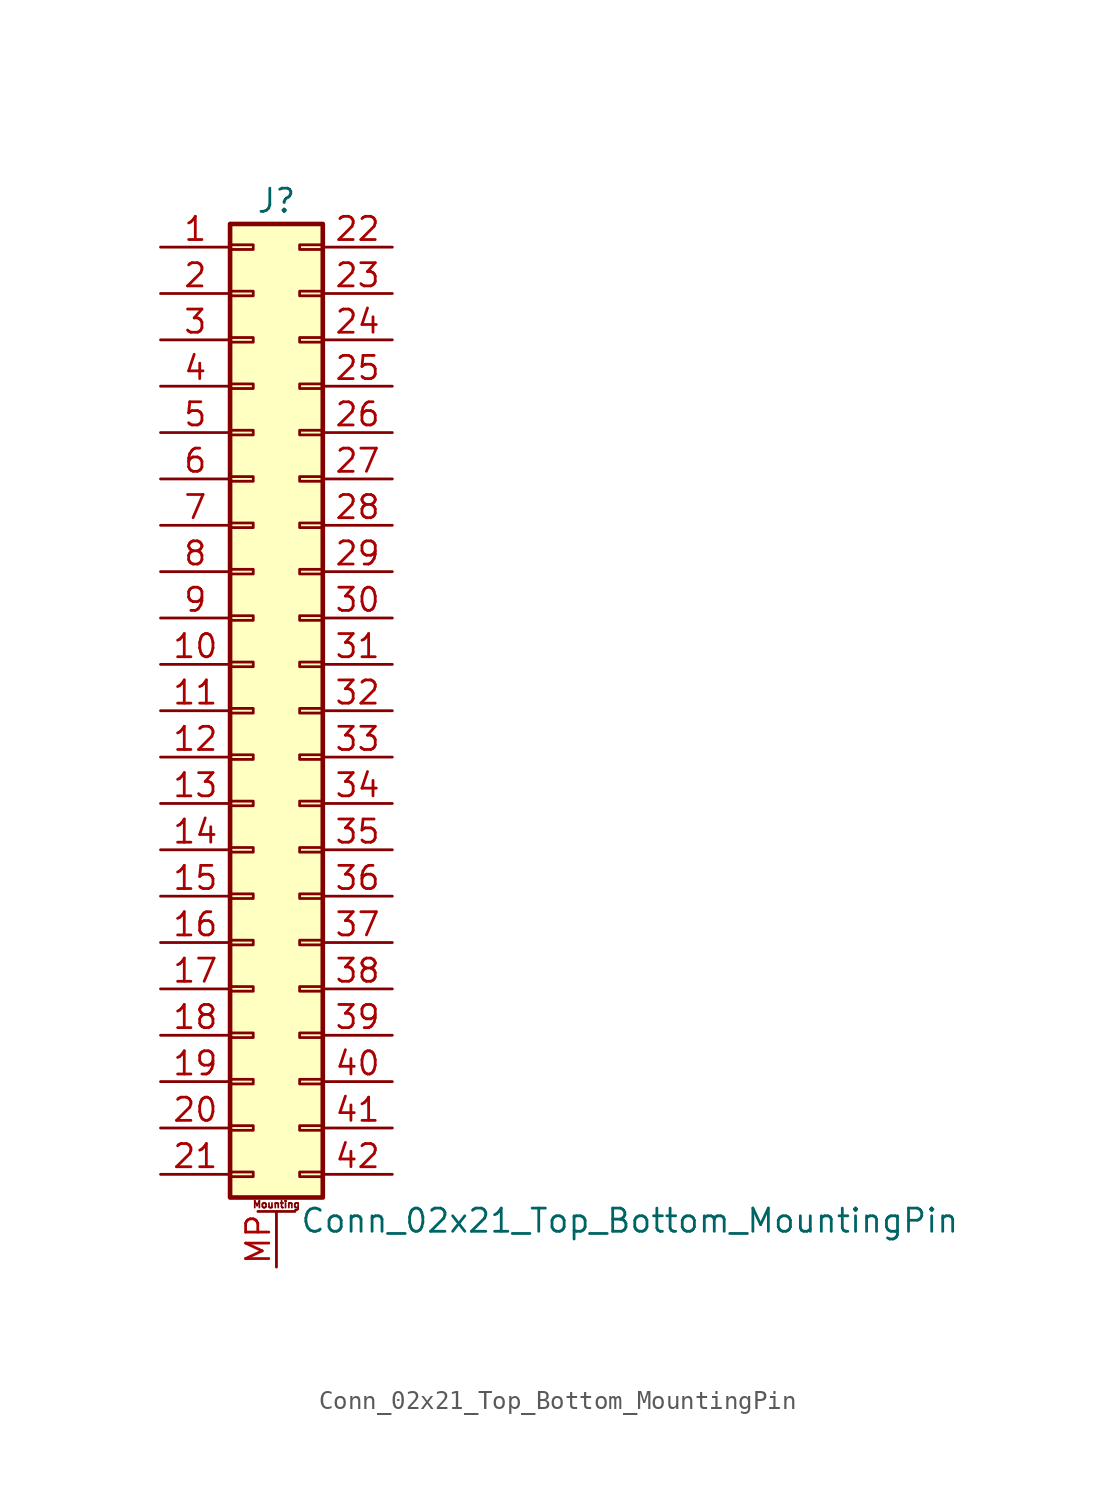
<source format=kicad_sym>
(kicad_symbol_lib
  (version 20201005)
  (generator kicad_symbol_editor)
  (symbol "Conn_02x21_Top_Bottom_MountingPin"
    (pin_names
      (offset 1.016) hide)
    (property "Reference" "J"
      (at 1.27 27.94 0)
      (effects (font (size 1.27 1.27))))
    (property "Value" "Conn_02x21_Top_Bottom_MountingPin"
      (at 2.54 -27.94 0)
      (effects (font (size 1.27 1.27)) (justify left)))
    (symbol "Conn_02x21_Top_Bottom_MountingPin_1_1"
      (text "Mounting" (at 1.27 -27.051 0) (effects (font (size 0.381 0.381))))
      (rectangle (start -1.27 -25.273) (end 0 -25.527) (stroke (width 0.152)) (fill (type none)))
      (rectangle (start -1.27 -22.733) (end 0 -22.987) (stroke (width 0.152)) (fill (type none)))
      (rectangle (start -1.27 -20.193) (end 0 -20.447) (stroke (width 0.152)) (fill (type none)))
      (rectangle (start -1.27 -17.653) (end 0 -17.907) (stroke (width 0.152)) (fill (type none)))
      (rectangle (start -1.27 -15.113) (end 0 -15.367) (stroke (width 0.152)) (fill (type none)))
      (rectangle (start -1.27 -12.573) (end 0 -12.827) (stroke (width 0.152)) (fill (type none)))
      (rectangle (start -1.27 -10.033) (end 0 -10.287) (stroke (width 0.152)) (fill (type none)))
      (rectangle (start -1.27 -7.493) (end 0 -7.747) (stroke (width 0.152)) (fill (type none)))
      (rectangle (start -1.27 -4.953) (end 0 -5.207) (stroke (width 0.152)) (fill (type none)))
      (rectangle (start -1.27 -2.413) (end 0 -2.667) (stroke (width 0.152)) (fill (type none)))
      (rectangle (start -1.27 0.127) (end 0 -0.127) (stroke (width 0.152)) (fill (type none)))
      (rectangle (start -1.27 2.667) (end 0 2.413) (stroke (width 0.152)) (fill (type none)))
      (rectangle (start -1.27 5.207) (end 0 4.953) (stroke (width 0.152)) (fill (type none)))
      (rectangle (start -1.27 7.747) (end 0 7.493) (stroke (width 0.152)) (fill (type none)))
      (rectangle (start -1.27 10.287) (end 0 10.033) (stroke (width 0.152)) (fill (type none)))
      (rectangle (start -1.27 12.827) (end 0 12.573) (stroke (width 0.152)) (fill (type none)))
      (rectangle (start -1.27 15.367) (end 0 15.113) (stroke (width 0.152)) (fill (type none)))
      (rectangle (start -1.27 17.907) (end 0 17.653) (stroke (width 0.152)) (fill (type none)))
      (rectangle (start -1.27 20.447) (end 0 20.193) (stroke (width 0.152)) (fill (type none)))
      (rectangle (start -1.27 22.987) (end 0 22.733) (stroke (width 0.152)) (fill (type none)))
      (rectangle (start -1.27 25.527) (end 0 25.273) (stroke (width 0.152)) (fill (type none)))
      (rectangle (start 3.81 -25.273) (end 2.54 -25.527) (stroke (width 0.152)) (fill (type none)))
      (rectangle (start 3.81 -22.733) (end 2.54 -22.987) (stroke (width 0.152)) (fill (type none)))
      (rectangle (start 3.81 -20.193) (end 2.54 -20.447) (stroke (width 0.152)) (fill (type none)))
      (rectangle (start 3.81 -17.653) (end 2.54 -17.907) (stroke (width 0.152)) (fill (type none)))
      (rectangle (start 3.81 -15.113) (end 2.54 -15.367) (stroke (width 0.152)) (fill (type none)))
      (rectangle (start 3.81 -12.573) (end 2.54 -12.827) (stroke (width 0.152)) (fill (type none)))
      (rectangle (start 3.81 -10.033) (end 2.54 -10.287) (stroke (width 0.152)) (fill (type none)))
      (rectangle (start 3.81 -7.493) (end 2.54 -7.747) (stroke (width 0.152)) (fill (type none)))
      (rectangle (start 3.81 -4.953) (end 2.54 -5.207) (stroke (width 0.152)) (fill (type none)))
      (rectangle (start 3.81 -2.413) (end 2.54 -2.667) (stroke (width 0.152)) (fill (type none)))
      (rectangle (start 3.81 0.127) (end 2.54 -0.127) (stroke (width 0.152)) (fill (type none)))
      (rectangle (start 3.81 2.667) (end 2.54 2.413) (stroke (width 0.152)) (fill (type none)))
      (rectangle (start 3.81 5.207) (end 2.54 4.953) (stroke (width 0.152)) (fill (type none)))
      (rectangle (start 3.81 7.747) (end 2.54 7.493) (stroke (width 0.152)) (fill (type none)))
      (rectangle (start 3.81 10.287) (end 2.54 10.033) (stroke (width 0.152)) (fill (type none)))
      (rectangle (start 3.81 12.827) (end 2.54 12.573) (stroke (width 0.152)) (fill (type none)))
      (rectangle (start 3.81 15.367) (end 2.54 15.113) (stroke (width 0.152)) (fill (type none)))
      (rectangle (start 3.81 17.907) (end 2.54 17.653) (stroke (width 0.152)) (fill (type none)))
      (rectangle (start 3.81 20.447) (end 2.54 20.193) (stroke (width 0.152)) (fill (type none)))
      (rectangle (start 3.81 22.987) (end 2.54 22.733) (stroke (width 0.152)) (fill (type none)))
      (rectangle (start 3.81 25.527) (end 2.54 25.273) (stroke (width 0.152)) (fill (type none)))
      (rectangle (start -1.27 26.67) (end 3.81 -26.67) (stroke (width 0.254)) (fill (type background)))
      (polyline (pts (xy 0.254 -27.432) (xy 2.286 -27.432)) (stroke (width 0.152)) (fill (type none)))
      (pin passive line (at -5.08 25.4 0) (length 3.81) (name "Pin_1" (effects (font (size 1.27 1.27)))) (number "1" (effects (font (size 1.27 1.27)))))
      (pin passive line (at -5.08 2.54 0) (length 3.81) (name "Pin_10" (effects (font (size 1.27 1.27)))) (number "10" (effects (font (size 1.27 1.27)))))
      (pin passive line (at -5.08 0 0) (length 3.81) (name "Pin_11" (effects (font (size 1.27 1.27)))) (number "11" (effects (font (size 1.27 1.27)))))
      (pin passive line (at -5.08 -2.54 0) (length 3.81) (name "Pin_12" (effects (font (size 1.27 1.27)))) (number "12" (effects (font (size 1.27 1.27)))))
      (pin passive line (at -5.08 -5.08 0) (length 3.81) (name "Pin_13" (effects (font (size 1.27 1.27)))) (number "13" (effects (font (size 1.27 1.27)))))
      (pin passive line (at -5.08 -7.62 0) (length 3.81) (name "Pin_14" (effects (font (size 1.27 1.27)))) (number "14" (effects (font (size 1.27 1.27)))))
      (pin passive line (at -5.08 -10.16 0) (length 3.81) (name "Pin_15" (effects (font (size 1.27 1.27)))) (number "15" (effects (font (size 1.27 1.27)))))
      (pin passive line (at -5.08 -12.7 0) (length 3.81) (name "Pin_16" (effects (font (size 1.27 1.27)))) (number "16" (effects (font (size 1.27 1.27)))))
      (pin passive line (at -5.08 -15.24 0) (length 3.81) (name "Pin_17" (effects (font (size 1.27 1.27)))) (number "17" (effects (font (size 1.27 1.27)))))
      (pin passive line (at -5.08 -17.78 0) (length 3.81) (name "Pin_18" (effects (font (size 1.27 1.27)))) (number "18" (effects (font (size 1.27 1.27)))))
      (pin passive line (at -5.08 -20.32 0) (length 3.81) (name "Pin_19" (effects (font (size 1.27 1.27)))) (number "19" (effects (font (size 1.27 1.27)))))
      (pin passive line (at -5.08 22.86 0) (length 3.81) (name "Pin_2" (effects (font (size 1.27 1.27)))) (number "2" (effects (font (size 1.27 1.27)))))
      (pin passive line (at -5.08 -22.86 0) (length 3.81) (name "Pin_20" (effects (font (size 1.27 1.27)))) (number "20" (effects (font (size 1.27 1.27)))))
      (pin passive line (at -5.08 -25.4 0) (length 3.81) (name "Pin_21" (effects (font (size 1.27 1.27)))) (number "21" (effects (font (size 1.27 1.27)))))
      (pin passive line (at 7.62 25.4 180) (length 3.81) (name "Pin_22" (effects (font (size 1.27 1.27)))) (number "22" (effects (font (size 1.27 1.27)))))
      (pin passive line (at 7.62 22.86 180) (length 3.81) (name "Pin_23" (effects (font (size 1.27 1.27)))) (number "23" (effects (font (size 1.27 1.27)))))
      (pin passive line (at 7.62 20.32 180) (length 3.81) (name "Pin_24" (effects (font (size 1.27 1.27)))) (number "24" (effects (font (size 1.27 1.27)))))
      (pin passive line (at 7.62 17.78 180) (length 3.81) (name "Pin_25" (effects (font (size 1.27 1.27)))) (number "25" (effects (font (size 1.27 1.27)))))
      (pin passive line (at 7.62 15.24 180) (length 3.81) (name "Pin_26" (effects (font (size 1.27 1.27)))) (number "26" (effects (font (size 1.27 1.27)))))
      (pin passive line (at 7.62 12.7 180) (length 3.81) (name "Pin_27" (effects (font (size 1.27 1.27)))) (number "27" (effects (font (size 1.27 1.27)))))
      (pin passive line (at 7.62 10.16 180) (length 3.81) (name "Pin_28" (effects (font (size 1.27 1.27)))) (number "28" (effects (font (size 1.27 1.27)))))
      (pin passive line (at 7.62 7.62 180) (length 3.81) (name "Pin_29" (effects (font (size 1.27 1.27)))) (number "29" (effects (font (size 1.27 1.27)))))
      (pin passive line (at -5.08 20.32 0) (length 3.81) (name "Pin_3" (effects (font (size 1.27 1.27)))) (number "3" (effects (font (size 1.27 1.27)))))
      (pin passive line (at 7.62 5.08 180) (length 3.81) (name "Pin_30" (effects (font (size 1.27 1.27)))) (number "30" (effects (font (size 1.27 1.27)))))
      (pin passive line (at 7.62 2.54 180) (length 3.81) (name "Pin_31" (effects (font (size 1.27 1.27)))) (number "31" (effects (font (size 1.27 1.27)))))
      (pin passive line (at 7.62 0 180) (length 3.81) (name "Pin_32" (effects (font (size 1.27 1.27)))) (number "32" (effects (font (size 1.27 1.27)))))
      (pin passive line (at 7.62 -2.54 180) (length 3.81) (name "Pin_33" (effects (font (size 1.27 1.27)))) (number "33" (effects (font (size 1.27 1.27)))))
      (pin passive line (at 7.62 -5.08 180) (length 3.81) (name "Pin_34" (effects (font (size 1.27 1.27)))) (number "34" (effects (font (size 1.27 1.27)))))
      (pin passive line (at 7.62 -7.62 180) (length 3.81) (name "Pin_35" (effects (font (size 1.27 1.27)))) (number "35" (effects (font (size 1.27 1.27)))))
      (pin passive line (at 7.62 -10.16 180) (length 3.81) (name "Pin_36" (effects (font (size 1.27 1.27)))) (number "36" (effects (font (size 1.27 1.27)))))
      (pin passive line (at 7.62 -12.7 180) (length 3.81) (name "Pin_37" (effects (font (size 1.27 1.27)))) (number "37" (effects (font (size 1.27 1.27)))))
      (pin passive line (at 7.62 -15.24 180) (length 3.81) (name "Pin_38" (effects (font (size 1.27 1.27)))) (number "38" (effects (font (size 1.27 1.27)))))
      (pin passive line (at 7.62 -17.78 180) (length 3.81) (name "Pin_39" (effects (font (size 1.27 1.27)))) (number "39" (effects (font (size 1.27 1.27)))))
      (pin passive line (at -5.08 17.78 0) (length 3.81) (name "Pin_4" (effects (font (size 1.27 1.27)))) (number "4" (effects (font (size 1.27 1.27)))))
      (pin passive line (at 7.62 -20.32 180) (length 3.81) (name "Pin_40" (effects (font (size 1.27 1.27)))) (number "40" (effects (font (size 1.27 1.27)))))
      (pin passive line (at 7.62 -22.86 180) (length 3.81) (name "Pin_41" (effects (font (size 1.27 1.27)))) (number "41" (effects (font (size 1.27 1.27)))))
      (pin passive line (at 7.62 -25.4 180) (length 3.81) (name "Pin_42" (effects (font (size 1.27 1.27)))) (number "42" (effects (font (size 1.27 1.27)))))
      (pin passive line (at -5.08 15.24 0) (length 3.81) (name "Pin_5" (effects (font (size 1.27 1.27)))) (number "5" (effects (font (size 1.27 1.27)))))
      (pin passive line (at -5.08 12.7 0) (length 3.81) (name "Pin_6" (effects (font (size 1.27 1.27)))) (number "6" (effects (font (size 1.27 1.27)))))
      (pin passive line (at -5.08 10.16 0) (length 3.81) (name "Pin_7" (effects (font (size 1.27 1.27)))) (number "7" (effects (font (size 1.27 1.27)))))
      (pin passive line (at -5.08 7.62 0) (length 3.81) (name "Pin_8" (effects (font (size 1.27 1.27)))) (number "8" (effects (font (size 1.27 1.27)))))
      (pin passive line (at -5.08 5.08 0) (length 3.81) (name "Pin_9" (effects (font (size 1.27 1.27)))) (number "9" (effects (font (size 1.27 1.27)))))
      (pin passive line (at 1.27 -30.48 90) (length 3.048) (name "MountPin" (effects (font (size 1.27 1.27)))) (number "MP" (effects (font (size 1.27 1.27))))))))
</source>
